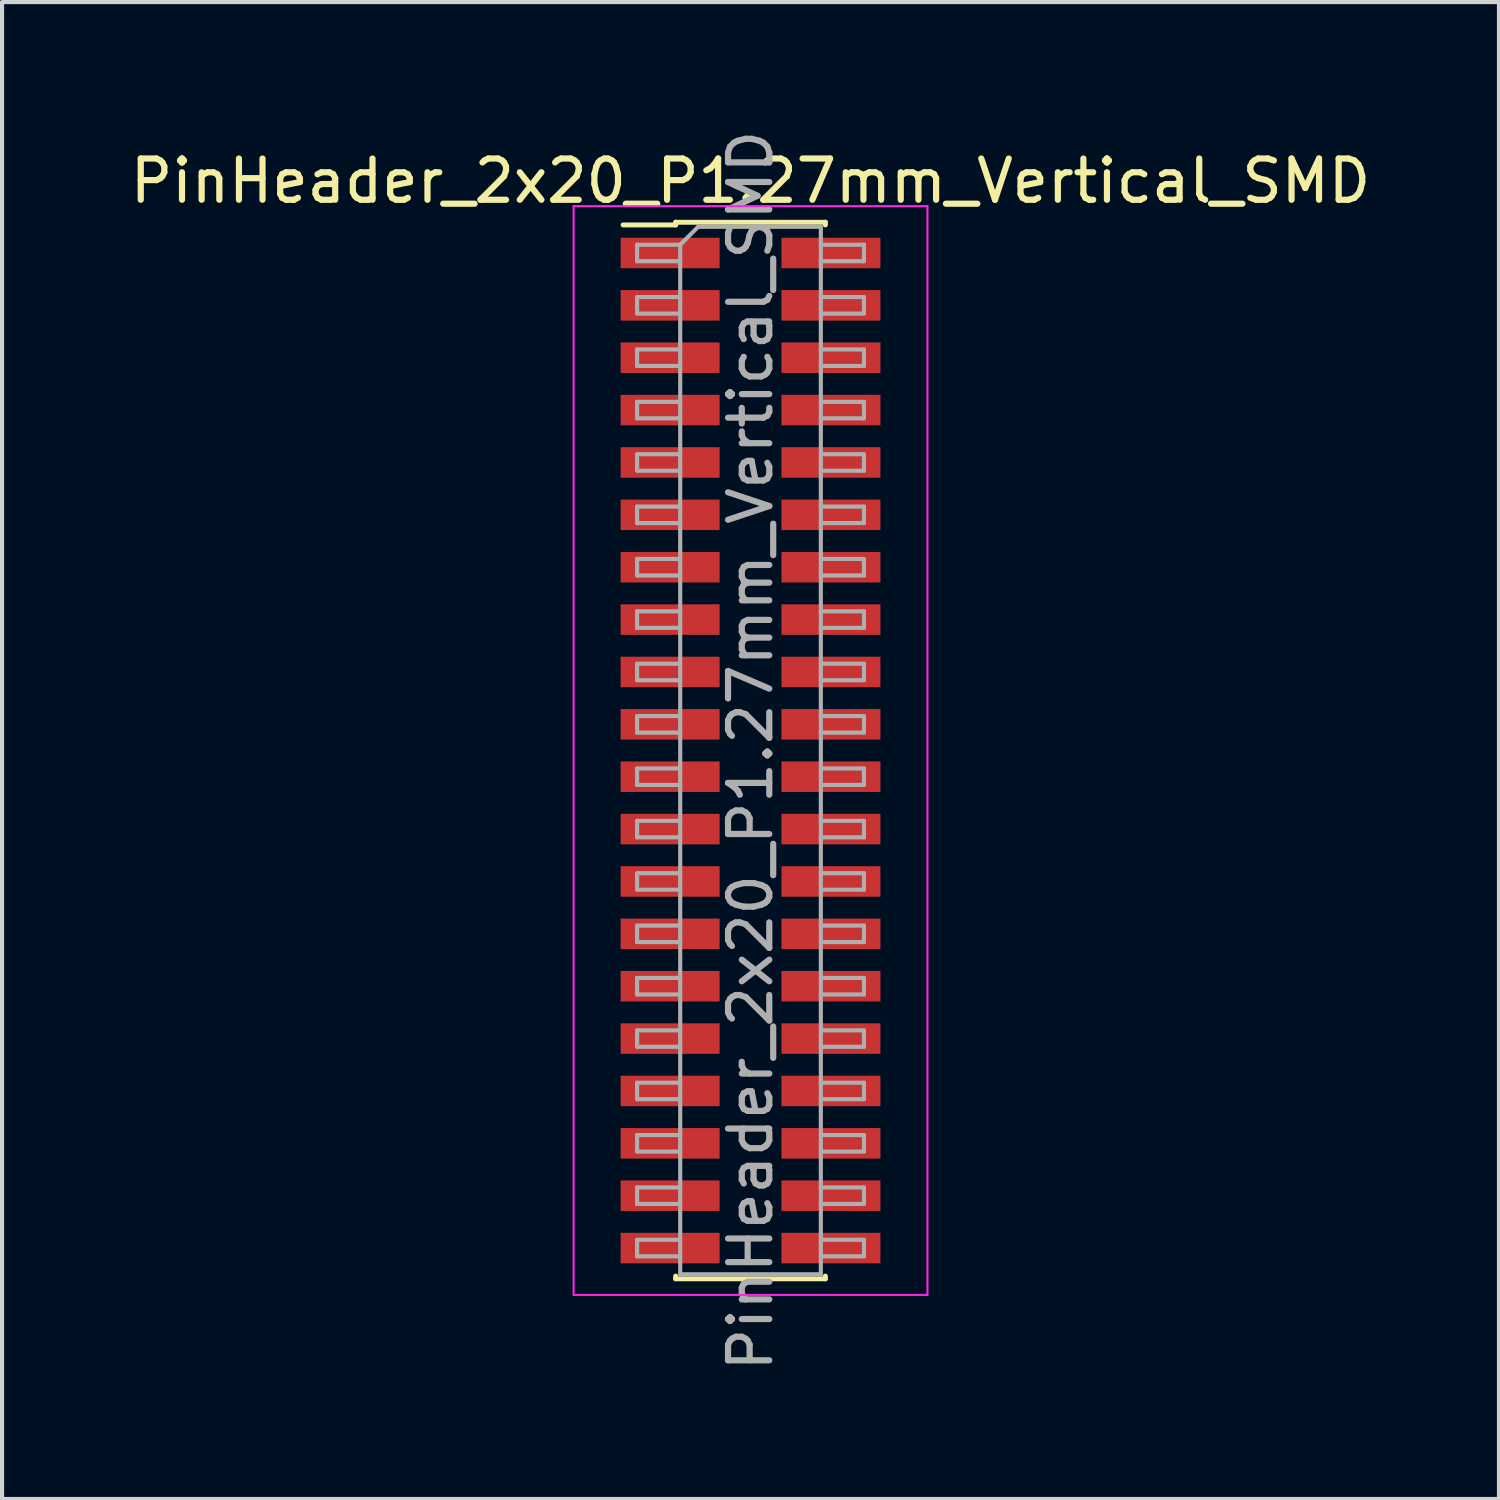
<source format=kicad_pcb>
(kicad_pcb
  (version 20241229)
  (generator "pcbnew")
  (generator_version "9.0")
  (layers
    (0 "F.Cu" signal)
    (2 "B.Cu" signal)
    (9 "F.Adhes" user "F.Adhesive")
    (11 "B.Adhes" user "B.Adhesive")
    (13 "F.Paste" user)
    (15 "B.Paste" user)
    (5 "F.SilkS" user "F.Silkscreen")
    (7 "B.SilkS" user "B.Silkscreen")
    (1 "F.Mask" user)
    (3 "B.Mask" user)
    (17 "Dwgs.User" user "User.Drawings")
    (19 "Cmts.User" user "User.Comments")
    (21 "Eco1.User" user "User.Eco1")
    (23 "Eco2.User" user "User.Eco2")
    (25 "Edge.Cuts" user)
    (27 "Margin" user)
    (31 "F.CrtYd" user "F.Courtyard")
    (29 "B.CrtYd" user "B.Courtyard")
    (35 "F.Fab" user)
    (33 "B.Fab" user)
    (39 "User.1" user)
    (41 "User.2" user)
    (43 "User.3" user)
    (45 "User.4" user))
  (footprint "PinHeader_2x20_P1.27mm_Vertical_SMD"
    (layer "F.Cu")
    (at 15.149 15.149)
    (property "Reference" "PinHeader_2x20_P1.27mm_Vertical_SMD" (at 0 -13.81 0) (layer "F.SilkS") (effects (font (size 1 1) (thickness 0.15))))
    (attr smd)
    (fp_line (start -3.09 -12.745) (end -1.815 -12.745) (stroke (width 0.12) (type solid)) (layer "F.SilkS"))
    (fp_line (start -1.815 -12.81) (end -1.815 -12.745) (stroke (width 0.12) (type solid)) (layer "F.SilkS"))
    (fp_line (start -1.815 -12.81) (end 1.815 -12.81) (stroke (width 0.12) (type solid)) (layer "F.SilkS"))
    (fp_line (start -1.815 12.745) (end -1.815 12.81) (stroke (width 0.12) (type solid)) (layer "F.SilkS"))
    (fp_line (start -1.815 12.81) (end 1.815 12.81) (stroke (width 0.12) (type solid)) (layer "F.SilkS"))
    (fp_line (start 1.815 -12.81) (end 1.815 -12.745) (stroke (width 0.12) (type solid)) (layer "F.SilkS"))
    (fp_line (start 1.815 12.745) (end 1.815 12.81) (stroke (width 0.12) (type solid)) (layer "F.SilkS"))
    (fp_line (start -4.29 -13.2) (end -4.29 13.2) (stroke (width 0.05) (type solid)) (layer "F.CrtYd"))
    (fp_line (start -4.29 13.2) (end 4.29 13.2) (stroke (width 0.05) (type solid)) (layer "F.CrtYd"))
    (fp_line (start 4.29 -13.2) (end -4.29 -13.2) (stroke (width 0.05) (type solid)) (layer "F.CrtYd"))
    (fp_line (start 4.29 13.2) (end 4.29 -13.2) (stroke (width 0.05) (type solid)) (layer "F.CrtYd"))
    (fp_line (start -2.75 -12.265) (end -2.75 -11.865) (stroke (width 0.1) (type solid)) (layer "F.Fab"))
    (fp_line (start -2.75 -11.865) (end -1.705 -11.865) (stroke (width 0.1) (type solid)) (layer "F.Fab"))
    (fp_line (start -2.75 -10.995) (end -2.75 -10.595) (stroke (width 0.1) (type solid)) (layer "F.Fab"))
    (fp_line (start -2.75 -10.595) (end -1.705 -10.595) (stroke (width 0.1) (type solid)) (layer "F.Fab"))
    (fp_line (start -2.75 -9.725) (end -2.75 -9.325) (stroke (width 0.1) (type solid)) (layer "F.Fab"))
    (fp_line (start -2.75 -9.325) (end -1.705 -9.325) (stroke (width 0.1) (type solid)) (layer "F.Fab"))
    (fp_line (start -2.75 -8.455) (end -2.75 -8.055) (stroke (width 0.1) (type solid)) (layer "F.Fab"))
    (fp_line (start -2.75 -8.055) (end -1.705 -8.055) (stroke (width 0.1) (type solid)) (layer "F.Fab"))
    (fp_line (start -2.75 -7.185) (end -2.75 -6.785) (stroke (width 0.1) (type solid)) (layer "F.Fab"))
    (fp_line (start -2.75 -6.785) (end -1.705 -6.785) (stroke (width 0.1) (type solid)) (layer "F.Fab"))
    (fp_line (start -2.75 -5.915) (end -2.75 -5.515) (stroke (width 0.1) (type solid)) (layer "F.Fab"))
    (fp_line (start -2.75 -5.515) (end -1.705 -5.515) (stroke (width 0.1) (type solid)) (layer "F.Fab"))
    (fp_line (start -2.75 -4.645) (end -2.75 -4.245) (stroke (width 0.1) (type solid)) (layer "F.Fab"))
    (fp_line (start -2.75 -4.245) (end -1.705 -4.245) (stroke (width 0.1) (type solid)) (layer "F.Fab"))
    (fp_line (start -2.75 -3.375) (end -2.75 -2.975) (stroke (width 0.1) (type solid)) (layer "F.Fab"))
    (fp_line (start -2.75 -2.975) (end -1.705 -2.975) (stroke (width 0.1) (type solid)) (layer "F.Fab"))
    (fp_line (start -2.75 -2.105) (end -2.75 -1.705) (stroke (width 0.1) (type solid)) (layer "F.Fab"))
    (fp_line (start -2.75 -1.705) (end -1.705 -1.705) (stroke (width 0.1) (type solid)) (layer "F.Fab"))
    (fp_line (start -2.75 -0.835) (end -2.75 -0.435) (stroke (width 0.1) (type solid)) (layer "F.Fab"))
    (fp_line (start -2.75 -0.435) (end -1.705 -0.435) (stroke (width 0.1) (type solid)) (layer "F.Fab"))
    (fp_line (start -2.75 0.435) (end -2.75 0.835) (stroke (width 0.1) (type solid)) (layer "F.Fab"))
    (fp_line (start -2.75 0.835) (end -1.705 0.835) (stroke (width 0.1) (type solid)) (layer "F.Fab"))
    (fp_line (start -2.75 1.705) (end -2.75 2.105) (stroke (width 0.1) (type solid)) (layer "F.Fab"))
    (fp_line (start -2.75 2.105) (end -1.705 2.105) (stroke (width 0.1) (type solid)) (layer "F.Fab"))
    (fp_line (start -2.75 2.975) (end -2.75 3.375) (stroke (width 0.1) (type solid)) (layer "F.Fab"))
    (fp_line (start -2.75 3.375) (end -1.705 3.375) (stroke (width 0.1) (type solid)) (layer "F.Fab"))
    (fp_line (start -2.75 4.245) (end -2.75 4.645) (stroke (width 0.1) (type solid)) (layer "F.Fab"))
    (fp_line (start -2.75 4.645) (end -1.705 4.645) (stroke (width 0.1) (type solid)) (layer "F.Fab"))
    (fp_line (start -2.75 5.515) (end -2.75 5.915) (stroke (width 0.1) (type solid)) (layer "F.Fab"))
    (fp_line (start -2.75 5.915) (end -1.705 5.915) (stroke (width 0.1) (type solid)) (layer "F.Fab"))
    (fp_line (start -2.75 6.785) (end -2.75 7.185) (stroke (width 0.1) (type solid)) (layer "F.Fab"))
    (fp_line (start -2.75 7.185) (end -1.705 7.185) (stroke (width 0.1) (type solid)) (layer "F.Fab"))
    (fp_line (start -2.75 8.055) (end -2.75 8.455) (stroke (width 0.1) (type solid)) (layer "F.Fab"))
    (fp_line (start -2.75 8.455) (end -1.705 8.455) (stroke (width 0.1) (type solid)) (layer "F.Fab"))
    (fp_line (start -2.75 9.325) (end -2.75 9.725) (stroke (width 0.1) (type solid)) (layer "F.Fab"))
    (fp_line (start -2.75 9.725) (end -1.705 9.725) (stroke (width 0.1) (type solid)) (layer "F.Fab"))
    (fp_line (start -2.75 10.595) (end -2.75 10.995) (stroke (width 0.1) (type solid)) (layer "F.Fab"))
    (fp_line (start -2.75 10.995) (end -1.705 10.995) (stroke (width 0.1) (type solid)) (layer "F.Fab"))
    (fp_line (start -2.75 11.865) (end -2.75 12.265) (stroke (width 0.1) (type solid)) (layer "F.Fab"))
    (fp_line (start -2.75 12.265) (end -1.705 12.265) (stroke (width 0.1) (type solid)) (layer "F.Fab"))
    (fp_line (start -1.705 -12.265) (end -2.75 -12.265) (stroke (width 0.1) (type solid)) (layer "F.Fab"))
    (fp_line (start -1.705 -12.265) (end -1.27 -12.7) (stroke (width 0.1) (type solid)) (layer "F.Fab"))
    (fp_line (start -1.705 -10.995) (end -2.75 -10.995) (stroke (width 0.1) (type solid)) (layer "F.Fab"))
    (fp_line (start -1.705 -9.725) (end -2.75 -9.725) (stroke (width 0.1) (type solid)) (layer "F.Fab"))
    (fp_line (start -1.705 -8.455) (end -2.75 -8.455) (stroke (width 0.1) (type solid)) (layer "F.Fab"))
    (fp_line (start -1.705 -7.185) (end -2.75 -7.185) (stroke (width 0.1) (type solid)) (layer "F.Fab"))
    (fp_line (start -1.705 -5.915) (end -2.75 -5.915) (stroke (width 0.1) (type solid)) (layer "F.Fab"))
    (fp_line (start -1.705 -4.645) (end -2.75 -4.645) (stroke (width 0.1) (type solid)) (layer "F.Fab"))
    (fp_line (start -1.705 -3.375) (end -2.75 -3.375) (stroke (width 0.1) (type solid)) (layer "F.Fab"))
    (fp_line (start -1.705 -2.105) (end -2.75 -2.105) (stroke (width 0.1) (type solid)) (layer "F.Fab"))
    (fp_line (start -1.705 -0.835) (end -2.75 -0.835) (stroke (width 0.1) (type solid)) (layer "F.Fab"))
    (fp_line (start -1.705 0.435) (end -2.75 0.435) (stroke (width 0.1) (type solid)) (layer "F.Fab"))
    (fp_line (start -1.705 1.705) (end -2.75 1.705) (stroke (width 0.1) (type solid)) (layer "F.Fab"))
    (fp_line (start -1.705 2.975) (end -2.75 2.975) (stroke (width 0.1) (type solid)) (layer "F.Fab"))
    (fp_line (start -1.705 4.245) (end -2.75 4.245) (stroke (width 0.1) (type solid)) (layer "F.Fab"))
    (fp_line (start -1.705 5.515) (end -2.75 5.515) (stroke (width 0.1) (type solid)) (layer "F.Fab"))
    (fp_line (start -1.705 6.785) (end -2.75 6.785) (stroke (width 0.1) (type solid)) (layer "F.Fab"))
    (fp_line (start -1.705 8.055) (end -2.75 8.055) (stroke (width 0.1) (type solid)) (layer "F.Fab"))
    (fp_line (start -1.705 9.325) (end -2.75 9.325) (stroke (width 0.1) (type solid)) (layer "F.Fab"))
    (fp_line (start -1.705 10.595) (end -2.75 10.595) (stroke (width 0.1) (type solid)) (layer "F.Fab"))
    (fp_line (start -1.705 11.865) (end -2.75 11.865) (stroke (width 0.1) (type solid)) (layer "F.Fab"))
    (fp_line (start -1.705 12.7) (end -1.705 -12.265) (stroke (width 0.1) (type solid)) (layer "F.Fab"))
    (fp_line (start -1.27 -12.7) (end 1.705 -12.7) (stroke (width 0.1) (type solid)) (layer "F.Fab"))
    (fp_line (start 1.705 -12.7) (end 1.705 12.7) (stroke (width 0.1) (type solid)) (layer "F.Fab"))
    (fp_line (start 1.705 -12.265) (end 2.75 -12.265) (stroke (width 0.1) (type solid)) (layer "F.Fab"))
    (fp_line (start 1.705 -10.995) (end 2.75 -10.995) (stroke (width 0.1) (type solid)) (layer "F.Fab"))
    (fp_line (start 1.705 -9.725) (end 2.75 -9.725) (stroke (width 0.1) (type solid)) (layer "F.Fab"))
    (fp_line (start 1.705 -8.455) (end 2.75 -8.455) (stroke (width 0.1) (type solid)) (layer "F.Fab"))
    (fp_line (start 1.705 -7.185) (end 2.75 -7.185) (stroke (width 0.1) (type solid)) (layer "F.Fab"))
    (fp_line (start 1.705 -5.915) (end 2.75 -5.915) (stroke (width 0.1) (type solid)) (layer "F.Fab"))
    (fp_line (start 1.705 -4.645) (end 2.75 -4.645) (stroke (width 0.1) (type solid)) (layer "F.Fab"))
    (fp_line (start 1.705 -3.375) (end 2.75 -3.375) (stroke (width 0.1) (type solid)) (layer "F.Fab"))
    (fp_line (start 1.705 -2.105) (end 2.75 -2.105) (stroke (width 0.1) (type solid)) (layer "F.Fab"))
    (fp_line (start 1.705 -0.835) (end 2.75 -0.835) (stroke (width 0.1) (type solid)) (layer "F.Fab"))
    (fp_line (start 1.705 0.435) (end 2.75 0.435) (stroke (width 0.1) (type solid)) (layer "F.Fab"))
    (fp_line (start 1.705 1.705) (end 2.75 1.705) (stroke (width 0.1) (type solid)) (layer "F.Fab"))
    (fp_line (start 1.705 2.975) (end 2.75 2.975) (stroke (width 0.1) (type solid)) (layer "F.Fab"))
    (fp_line (start 1.705 4.245) (end 2.75 4.245) (stroke (width 0.1) (type solid)) (layer "F.Fab"))
    (fp_line (start 1.705 5.515) (end 2.75 5.515) (stroke (width 0.1) (type solid)) (layer "F.Fab"))
    (fp_line (start 1.705 6.785) (end 2.75 6.785) (stroke (width 0.1) (type solid)) (layer "F.Fab"))
    (fp_line (start 1.705 8.055) (end 2.75 8.055) (stroke (width 0.1) (type solid)) (layer "F.Fab"))
    (fp_line (start 1.705 9.325) (end 2.75 9.325) (stroke (width 0.1) (type solid)) (layer "F.Fab"))
    (fp_line (start 1.705 10.595) (end 2.75 10.595) (stroke (width 0.1) (type solid)) (layer "F.Fab"))
    (fp_line (start 1.705 11.865) (end 2.75 11.865) (stroke (width 0.1) (type solid)) (layer "F.Fab"))
    (fp_line (start 1.705 12.7) (end -1.705 12.7) (stroke (width 0.1) (type solid)) (layer "F.Fab"))
    (fp_line (start 2.75 -12.265) (end 2.75 -11.865) (stroke (width 0.1) (type solid)) (layer "F.Fab"))
    (fp_line (start 2.75 -11.865) (end 1.705 -11.865) (stroke (width 0.1) (type solid)) (layer "F.Fab"))
    (fp_line (start 2.75 -10.995) (end 2.75 -10.595) (stroke (width 0.1) (type solid)) (layer "F.Fab"))
    (fp_line (start 2.75 -10.595) (end 1.705 -10.595) (stroke (width 0.1) (type solid)) (layer "F.Fab"))
    (fp_line (start 2.75 -9.725) (end 2.75 -9.325) (stroke (width 0.1) (type solid)) (layer "F.Fab"))
    (fp_line (start 2.75 -9.325) (end 1.705 -9.325) (stroke (width 0.1) (type solid)) (layer "F.Fab"))
    (fp_line (start 2.75 -8.455) (end 2.75 -8.055) (stroke (width 0.1) (type solid)) (layer "F.Fab"))
    (fp_line (start 2.75 -8.055) (end 1.705 -8.055) (stroke (width 0.1) (type solid)) (layer "F.Fab"))
    (fp_line (start 2.75 -7.185) (end 2.75 -6.785) (stroke (width 0.1) (type solid)) (layer "F.Fab"))
    (fp_line (start 2.75 -6.785) (end 1.705 -6.785) (stroke (width 0.1) (type solid)) (layer "F.Fab"))
    (fp_line (start 2.75 -5.915) (end 2.75 -5.515) (stroke (width 0.1) (type solid)) (layer "F.Fab"))
    (fp_line (start 2.75 -5.515) (end 1.705 -5.515) (stroke (width 0.1) (type solid)) (layer "F.Fab"))
    (fp_line (start 2.75 -4.645) (end 2.75 -4.245) (stroke (width 0.1) (type solid)) (layer "F.Fab"))
    (fp_line (start 2.75 -4.245) (end 1.705 -4.245) (stroke (width 0.1) (type solid)) (layer "F.Fab"))
    (fp_line (start 2.75 -3.375) (end 2.75 -2.975) (stroke (width 0.1) (type solid)) (layer "F.Fab"))
    (fp_line (start 2.75 -2.975) (end 1.705 -2.975) (stroke (width 0.1) (type solid)) (layer "F.Fab"))
    (fp_line (start 2.75 -2.105) (end 2.75 -1.705) (stroke (width 0.1) (type solid)) (layer "F.Fab"))
    (fp_line (start 2.75 -1.705) (end 1.705 -1.705) (stroke (width 0.1) (type solid)) (layer "F.Fab"))
    (fp_line (start 2.75 -0.835) (end 2.75 -0.435) (stroke (width 0.1) (type solid)) (layer "F.Fab"))
    (fp_line (start 2.75 -0.435) (end 1.705 -0.435) (stroke (width 0.1) (type solid)) (layer "F.Fab"))
    (fp_line (start 2.75 0.435) (end 2.75 0.835) (stroke (width 0.1) (type solid)) (layer "F.Fab"))
    (fp_line (start 2.75 0.835) (end 1.705 0.835) (stroke (width 0.1) (type solid)) (layer "F.Fab"))
    (fp_line (start 2.75 1.705) (end 2.75 2.105) (stroke (width 0.1) (type solid)) (layer "F.Fab"))
    (fp_line (start 2.75 2.105) (end 1.705 2.105) (stroke (width 0.1) (type solid)) (layer "F.Fab"))
    (fp_line (start 2.75 2.975) (end 2.75 3.375) (stroke (width 0.1) (type solid)) (layer "F.Fab"))
    (fp_line (start 2.75 3.375) (end 1.705 3.375) (stroke (width 0.1) (type solid)) (layer "F.Fab"))
    (fp_line (start 2.75 4.245) (end 2.75 4.645) (stroke (width 0.1) (type solid)) (layer "F.Fab"))
    (fp_line (start 2.75 4.645) (end 1.705 4.645) (stroke (width 0.1) (type solid)) (layer "F.Fab"))
    (fp_line (start 2.75 5.515) (end 2.75 5.915) (stroke (width 0.1) (type solid)) (layer "F.Fab"))
    (fp_line (start 2.75 5.915) (end 1.705 5.915) (stroke (width 0.1) (type solid)) (layer "F.Fab"))
    (fp_line (start 2.75 6.785) (end 2.75 7.185) (stroke (width 0.1) (type solid)) (layer "F.Fab"))
    (fp_line (start 2.75 7.185) (end 1.705 7.185) (stroke (width 0.1) (type solid)) (layer "F.Fab"))
    (fp_line (start 2.75 8.055) (end 2.75 8.455) (stroke (width 0.1) (type solid)) (layer "F.Fab"))
    (fp_line (start 2.75 8.455) (end 1.705 8.455) (stroke (width 0.1) (type solid)) (layer "F.Fab"))
    (fp_line (start 2.75 9.325) (end 2.75 9.725) (stroke (width 0.1) (type solid)) (layer "F.Fab"))
    (fp_line (start 2.75 9.725) (end 1.705 9.725) (stroke (width 0.1) (type solid)) (layer "F.Fab"))
    (fp_line (start 2.75 10.595) (end 2.75 10.995) (stroke (width 0.1) (type solid)) (layer "F.Fab"))
    (fp_line (start 2.75 10.995) (end 1.705 10.995) (stroke (width 0.1) (type solid)) (layer "F.Fab"))
    (fp_line (start 2.75 11.865) (end 2.75 12.265) (stroke (width 0.1) (type solid)) (layer "F.Fab"))
    (fp_line (start 2.75 12.265) (end 1.705 12.265) (stroke (width 0.1) (type solid)) (layer "F.Fab"))
    (fp_text user "${REFERENCE}" (at 0 0 90) (layer "F.Fab") (effects (font (size 1 1) (thickness 0.15))))
    (pad "1" smd rect (at -1.95 -12.065) (size 2.4 0.74) (layers "F.Cu" "F.Mask" "F.Paste"))
    (pad "2" smd rect (at 1.95 -12.065) (size 2.4 0.74) (layers "F.Cu" "F.Mask" "F.Paste"))
    (pad "3" smd rect (at -1.95 -10.795) (size 2.4 0.74) (layers "F.Cu" "F.Mask" "F.Paste"))
    (pad "4" smd rect (at 1.95 -10.795) (size 2.4 0.74) (layers "F.Cu" "F.Mask" "F.Paste"))
    (pad "5" smd rect (at -1.95 -9.525) (size 2.4 0.74) (layers "F.Cu" "F.Mask" "F.Paste"))
    (pad "6" smd rect (at 1.95 -9.525) (size 2.4 0.74) (layers "F.Cu" "F.Mask" "F.Paste"))
    (pad "7" smd rect (at -1.95 -8.255) (size 2.4 0.74) (layers "F.Cu" "F.Mask" "F.Paste"))
    (pad "8" smd rect (at 1.95 -8.255) (size 2.4 0.74) (layers "F.Cu" "F.Mask" "F.Paste"))
    (pad "9" smd rect (at -1.95 -6.985) (size 2.4 0.74) (layers "F.Cu" "F.Mask" "F.Paste"))
    (pad "10" smd rect (at 1.95 -6.985) (size 2.4 0.74) (layers "F.Cu" "F.Mask" "F.Paste"))
    (pad "11" smd rect (at -1.95 -5.715) (size 2.4 0.74) (layers "F.Cu" "F.Mask" "F.Paste"))
    (pad "12" smd rect (at 1.95 -5.715) (size 2.4 0.74) (layers "F.Cu" "F.Mask" "F.Paste"))
    (pad "13" smd rect (at -1.95 -4.445) (size 2.4 0.74) (layers "F.Cu" "F.Mask" "F.Paste"))
    (pad "14" smd rect (at 1.95 -4.445) (size 2.4 0.74) (layers "F.Cu" "F.Mask" "F.Paste"))
    (pad "15" smd rect (at -1.95 -3.175) (size 2.4 0.74) (layers "F.Cu" "F.Mask" "F.Paste"))
    (pad "16" smd rect (at 1.95 -3.175) (size 2.4 0.74) (layers "F.Cu" "F.Mask" "F.Paste"))
    (pad "17" smd rect (at -1.95 -1.905) (size 2.4 0.74) (layers "F.Cu" "F.Mask" "F.Paste"))
    (pad "18" smd rect (at 1.95 -1.905) (size 2.4 0.74) (layers "F.Cu" "F.Mask" "F.Paste"))
    (pad "19" smd rect (at -1.95 -0.635) (size 2.4 0.74) (layers "F.Cu" "F.Mask" "F.Paste"))
    (pad "20" smd rect (at 1.95 -0.635) (size 2.4 0.74) (layers "F.Cu" "F.Mask" "F.Paste"))
    (pad "21" smd rect (at -1.95 0.635) (size 2.4 0.74) (layers "F.Cu" "F.Mask" "F.Paste"))
    (pad "22" smd rect (at 1.95 0.635) (size 2.4 0.74) (layers "F.Cu" "F.Mask" "F.Paste"))
    (pad "23" smd rect (at -1.95 1.905) (size 2.4 0.74) (layers "F.Cu" "F.Mask" "F.Paste"))
    (pad "24" smd rect (at 1.95 1.905) (size 2.4 0.74) (layers "F.Cu" "F.Mask" "F.Paste"))
    (pad "25" smd rect (at -1.95 3.175) (size 2.4 0.74) (layers "F.Cu" "F.Mask" "F.Paste"))
    (pad "26" smd rect (at 1.95 3.175) (size 2.4 0.74) (layers "F.Cu" "F.Mask" "F.Paste"))
    (pad "27" smd rect (at -1.95 4.445) (size 2.4 0.74) (layers "F.Cu" "F.Mask" "F.Paste"))
    (pad "28" smd rect (at 1.95 4.445) (size 2.4 0.74) (layers "F.Cu" "F.Mask" "F.Paste"))
    (pad "29" smd rect (at -1.95 5.715) (size 2.4 0.74) (layers "F.Cu" "F.Mask" "F.Paste"))
    (pad "30" smd rect (at 1.95 5.715) (size 2.4 0.74) (layers "F.Cu" "F.Mask" "F.Paste"))
    (pad "31" smd rect (at -1.95 6.985) (size 2.4 0.74) (layers "F.Cu" "F.Mask" "F.Paste"))
    (pad "32" smd rect (at 1.95 6.985) (size 2.4 0.74) (layers "F.Cu" "F.Mask" "F.Paste"))
    (pad "33" smd rect (at -1.95 8.255) (size 2.4 0.74) (layers "F.Cu" "F.Mask" "F.Paste"))
    (pad "34" smd rect (at 1.95 8.255) (size 2.4 0.74) (layers "F.Cu" "F.Mask" "F.Paste"))
    (pad "35" smd rect (at -1.95 9.525) (size 2.4 0.74) (layers "F.Cu" "F.Mask" "F.Paste"))
    (pad "36" smd rect (at 1.95 9.525) (size 2.4 0.74) (layers "F.Cu" "F.Mask" "F.Paste"))
    (pad "37" smd rect (at -1.95 10.795) (size 2.4 0.74) (layers "F.Cu" "F.Mask" "F.Paste"))
    (pad "38" smd rect (at 1.95 10.795) (size 2.4 0.74) (layers "F.Cu" "F.Mask" "F.Paste"))
    (pad "39" smd rect (at -1.95 12.065) (size 2.4 0.74) (layers "F.Cu" "F.Mask" "F.Paste"))
    (pad "40" smd rect (at 1.95 12.065) (size 2.4 0.74) (layers "F.Cu" "F.Mask" "F.Paste")))
  (gr_rect
    (start -3 -3)
    (end 33.298 33.298)
    (stroke (width 0.1) (type default))
    (fill no)
    (layer "Edge.Cuts")))
</source>
